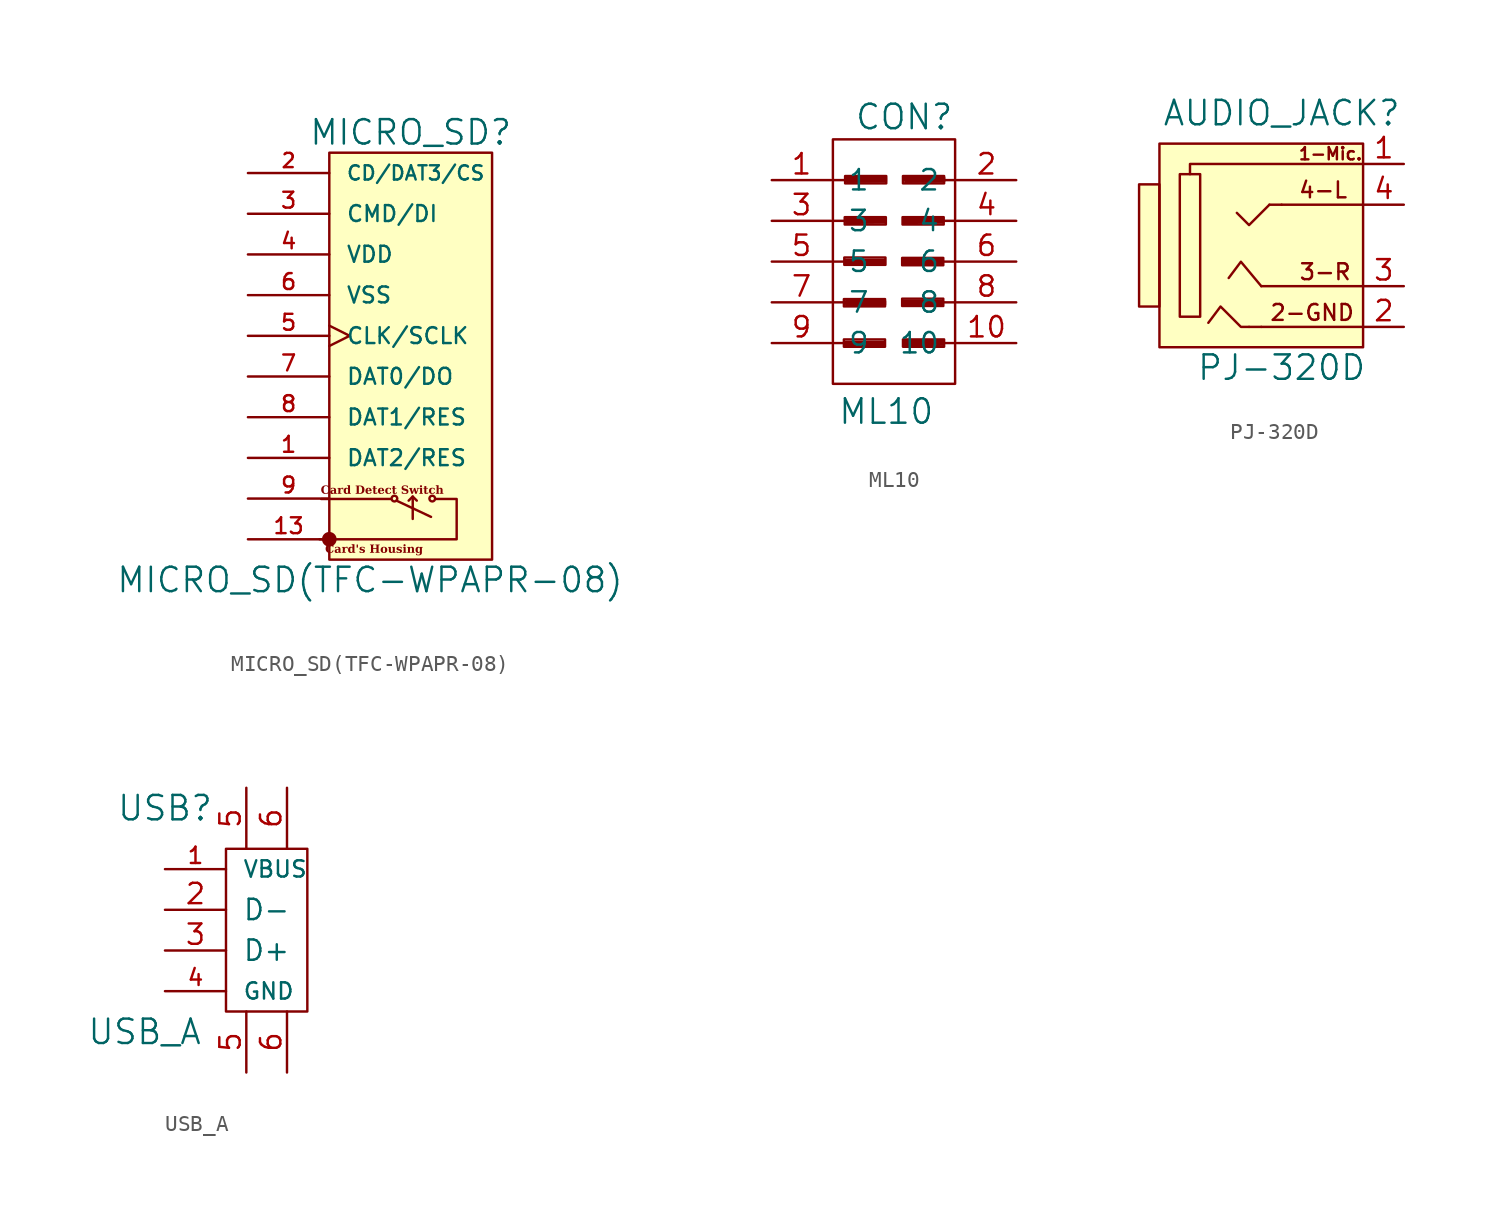
<source format=kicad_sym>
(kicad_symbol_lib
  (version 20220914)
  (generator kicad_symbol_editor)
  (symbol "MICRO_SD(TFC-WPAPR-08)"
    (pin_names
      (offset 1.016))
    (property "Reference" "MICRO_SD"
      (at 2.54 15.24 0)
      (effects (font (size 1.524 1.524))))
    (property "Value" "MICRO_SD(TFC-WPAPR-08)"
      (at 0 -12.7 0)
      (effects (font (size 1.524 1.524))))
    (symbol "MICRO_SD(TFC-WPAPR-08)_0_0"
      (rectangle (start -2.54 13.97) (end 7.62 -11.43) (stroke (width 0) (type solid)) (fill (type background)))
      (polyline (pts (xy 2.667 -7.62) (xy 2.667 -8.89)) (stroke (width 0) (type solid)) (fill (type none)))
      (polyline (pts (xy 2.667 -7.493) (xy 2.413 -7.747)) (stroke (width 0) (type solid)) (fill (type none)))
      (polyline (pts (xy 2.667 -7.493) (xy 2.921 -7.747)) (stroke (width 0) (type solid)) (fill (type none))))
    (symbol "MICRO_SD(TFC-WPAPR-08)_0_1"
      (polyline (pts (xy -3.048 -7.645) (xy 1.295 -7.645)) (stroke (width 0) (type solid)) (fill (type none)))
      (polyline (pts (xy 1.651 -7.747) (xy 3.81 -8.763)) (stroke (width 0) (type solid)) (fill (type none)))
      (polyline (pts (xy -3.15 -10.16) (xy 5.41 -10.16) (xy 5.41 -7.645) (xy 4.14 -7.645)) (stroke (width 0) (type solid)) (fill (type none)))
      (circle (center 1.524 -7.62) (radius 0.178) (stroke (width 0) (type solid)) (fill (type none)))
      (circle (center 3.886 -7.62) (radius 0.178) (stroke (width 0) (type solid)) (fill (type none))))
    (symbol "MICRO_SD(TFC-WPAPR-08)_1_1"
      (circle (center -2.54 -10.16) (radius 0.381) (stroke (width 0) (type default)) (fill (type outline)))
      (text "Card Detect Switch" (at 0.762 -7.112 0) (effects (font (face "Liberation Serif") (size 0.508 0.508) bold italic)))
      (text "Card's Housing" (at 0.254 -10.795 0) (effects (font (face "Liberation Serif") (size 0.508 0.508) bold italic)))
      (pin bidirectional line (at -7.62 -5.08 0) (length 5.08) (name "DAT2/RES" (effects (font (size 0.991 0.991)))) (number "1" (effects (font (size 0.991 0.991)))))
      (pin passive line (at -7.62 -10.16 0) (length 5.08) hide (name "~" (effects (font (size 0.991 0.991)))) (number "10" (effects (font (size 0.991 0.991)))))
      (pin passive line (at -7.62 -10.16 0) (length 5.08) hide (name "~" (effects (font (size 0.991 0.991)))) (number "11" (effects (font (size 0.991 0.991)))))
      (pin passive line (at -7.62 -10.16 0) (length 5.08) hide (name "~" (effects (font (size 0.991 0.991)))) (number "12" (effects (font (size 0.991 0.991)))))
      (pin passive line (at -7.62 -10.16 0) (length 5.08) (name "~" (effects (font (size 0.991 0.991)))) (number "13" (effects (font (size 0.991 0.991)))))
      (pin bidirectional line (at -7.62 12.7 0) (length 5.08) (name "CD/DAT3/CS" (effects (font (size 0.889 0.889)))) (number "2" (effects (font (size 0.889 0.889)))))
      (pin input line (at -7.62 10.16 0) (length 5.08) (name "CMD/DI" (effects (font (size 0.991 0.991)))) (number "3" (effects (font (size 0.991 0.991)))))
      (pin power_in line (at -7.62 7.62 0) (length 5.08) (name "VDD" (effects (font (size 0.991 0.991)))) (number "4" (effects (font (size 0.991 0.991)))))
      (pin input clock (at -7.62 2.54 0) (length 5.08) (name "CLK/SCLK" (effects (font (size 0.991 0.991)))) (number "5" (effects (font (size 0.991 0.991)))))
      (pin power_in line (at -7.62 5.08 0) (length 5.08) (name "VSS" (effects (font (size 0.991 0.991)))) (number "6" (effects (font (size 0.991 0.991)))))
      (pin bidirectional line (at -7.62 0 0) (length 5.08) (name "DAT0/DO" (effects (font (size 0.991 0.991)))) (number "7" (effects (font (size 0.991 0.991)))))
      (pin bidirectional line (at -7.62 -2.54 0) (length 5.08) (name "DAT1/RES" (effects (font (size 0.991 0.991)))) (number "8" (effects (font (size 0.991 0.991)))))
      (pin passive line (at -7.62 -7.62 0) (length 5.08) (name "~" (effects (font (size 0.991 0.991)))) (number "9" (effects (font (size 0.991 0.991)))))))
  (symbol "ML10"
    (pin_names
      (offset 1.016))
    (property "Reference" "CON"
      (at 0.635 9.017 0)
      (effects (font (size 1.524 1.524))))
    (property "Value" "ML10"
      (at -0.483 -9.347 0)
      (effects (font (size 1.524 1.524))))
    (property "Footprint" ""
      (at -0.203 -1.194 0)
      (effects (font (size 1.524 1.524))))
    (property "Datasheet" ""
      (at -0.203 -1.194 0)
      (effects (font (size 1.524 1.524))))
    (symbol "ML10_0_0"
      (rectangle (start -3.124 -4.851) (end -0.559 -5.309) (stroke (width 0) (type solid)) (fill (type none)))
      (rectangle (start -3.124 -2.337) (end -0.559 -2.794) (stroke (width 0) (type solid)) (fill (type none)))
      (rectangle (start -3.099 0.254) (end -0.533 -0.203) (stroke (width 0) (type solid)) (fill (type none)))
      (rectangle (start -3.073 2.769) (end -0.508 2.311) (stroke (width 0) (type solid)) (fill (type none)))
      (rectangle (start -3.048 5.334) (end -0.483 4.877) (stroke (width 0) (type solid)) (fill (type none)))
      (polyline (pts (xy -3.023 -5.004) (xy -0.584 -5.004) (xy -0.584 -5.232) (xy -2.997 -5.258) (xy -3.023 -5.08) (xy -0.711 -5.08) (xy -0.711 -5.156) (xy -2.997 -5.105)) (stroke (width 0) (type solid)) (fill (type none)))
      (polyline (pts (xy -3.023 0.102) (xy -0.584 0.102) (xy -0.584 -0.127) (xy -2.997 -0.152) (xy -3.023 0.025) (xy -0.711 0.025) (xy -0.711 -0.051) (xy -2.997 0)) (stroke (width 0) (type solid)) (fill (type none)))
      (polyline (pts (xy -2.997 -2.464) (xy -0.559 -2.464) (xy -0.559 -2.692) (xy -2.972 -2.718) (xy -2.997 -2.54) (xy -0.686 -2.54) (xy -0.686 -2.616) (xy -2.972 -2.565)) (stroke (width 0) (type solid)) (fill (type none)))
      (polyline (pts (xy -2.972 2.667) (xy -0.533 2.667) (xy -0.533 2.438) (xy -2.946 2.413) (xy -2.972 2.591) (xy -0.66 2.591) (xy -0.66 2.515) (xy -2.946 2.565)) (stroke (width 0) (type solid)) (fill (type none)))
      (polyline (pts (xy -2.946 5.232) (xy -0.508 5.232) (xy -0.508 5.004) (xy -2.921 4.978) (xy -2.946 5.156) (xy -0.635 5.156) (xy -0.635 5.08) (xy -2.921 5.131)) (stroke (width 0) (type solid)) (fill (type none)))
      (polyline (pts (xy 0.559 0.102) (xy 2.997 0.102) (xy 2.997 -0.127) (xy 0.584 -0.152) (xy 0.559 0.025) (xy 2.87 0.025) (xy 2.87 -0.051) (xy 0.584 0)) (stroke (width 0) (type solid)) (fill (type none)))
      (polyline (pts (xy 0.584 -2.438) (xy 3.023 -2.438) (xy 3.023 -2.667) (xy 0.61 -2.692) (xy 0.584 -2.515) (xy 2.896 -2.515) (xy 2.896 -2.591) (xy 0.61 -2.54)) (stroke (width 0) (type solid)) (fill (type none)))
      (polyline (pts (xy 0.584 2.667) (xy 3.023 2.667) (xy 3.023 2.438) (xy 0.61 2.413) (xy 0.584 2.591) (xy 2.896 2.591) (xy 2.896 2.515) (xy 0.61 2.565)) (stroke (width 0) (type solid)) (fill (type none)))
      (polyline (pts (xy 0.635 -4.953) (xy 3.073 -4.953) (xy 3.073 -5.182) (xy 0.66 -5.207) (xy 0.635 -5.029) (xy 2.946 -5.029) (xy 2.946 -5.105) (xy 0.66 -5.055)) (stroke (width 0) (type solid)) (fill (type none)))
      (polyline (pts (xy 0.686 5.232) (xy 3.124 5.232) (xy 3.124 5.004) (xy 0.711 4.978) (xy 0.686 5.156) (xy 2.997 5.156) (xy 2.997 5.08) (xy 0.711 5.131)) (stroke (width 0) (type solid)) (fill (type none)))
      (rectangle (start 0.508 -2.311) (end 3.073 -2.769) (stroke (width 0) (type solid)) (fill (type none)))
      (rectangle (start 0.508 0.229) (end 3.073 -0.229) (stroke (width 0) (type solid)) (fill (type none)))
      (rectangle (start 0.533 2.769) (end 3.099 2.311) (stroke (width 0) (type solid)) (fill (type none)))
      (rectangle (start 0.559 -4.851) (end 3.124 -5.309) (stroke (width 0) (type solid)) (fill (type none)))
      (rectangle (start 0.559 5.334) (end 3.124 4.877) (stroke (width 0) (type solid)) (fill (type none))))
    (symbol "ML10_0_1"
      (rectangle (start -3.81 7.62) (end 3.81 -7.62) (stroke (width 0) (type solid)) (fill (type none)))
      (polyline (pts (xy -3.81 -5.08) (xy -3.048 -5.08)) (stroke (width 0) (type solid)) (fill (type none)))
      (polyline (pts (xy -3.81 -2.54) (xy -3.048 -2.54)) (stroke (width 0) (type solid)) (fill (type none)))
      (polyline (pts (xy -3.81 0) (xy -3.048 0)) (stroke (width 0) (type solid)) (fill (type none)))
      (polyline (pts (xy -3.81 2.54) (xy -3.048 2.54)) (stroke (width 0) (type solid)) (fill (type none)))
      (polyline (pts (xy -3.81 5.08) (xy -3.048 5.08)) (stroke (width 0) (type solid)) (fill (type none)))
      (polyline (pts (xy 3.81 -5.08) (xy 3.048 -5.08)) (stroke (width 0) (type solid)) (fill (type none)))
      (polyline (pts (xy 3.81 -2.54) (xy 3.048 -2.54)) (stroke (width 0) (type solid)) (fill (type none)))
      (polyline (pts (xy 3.81 0) (xy 3.048 0)) (stroke (width 0) (type solid)) (fill (type none)))
      (polyline (pts (xy 3.81 2.54) (xy 3.048 2.54)) (stroke (width 0) (type solid)) (fill (type none)))
      (polyline (pts (xy 3.81 5.08) (xy 3.048 5.08)) (stroke (width 0) (type solid)) (fill (type none))))
    (symbol "ML10_1_1"
      (pin passive line (at -7.62 5.08 0) (length 3.708) (name "1" (effects (font (size 1.27 1.27)))) (number "1" (effects (font (size 1.27 1.27)))))
      (pin passive line (at 7.62 -5.08 180) (length 3.708) (name "10" (effects (font (size 1.27 1.27)))) (number "10" (effects (font (size 1.27 1.27)))))
      (pin passive line (at 7.62 5.08 180) (length 3.708) (name "2" (effects (font (size 1.27 1.27)))) (number "2" (effects (font (size 1.27 1.27)))))
      (pin passive line (at -7.62 2.54 0) (length 3.708) (name "3" (effects (font (size 1.27 1.27)))) (number "3" (effects (font (size 1.27 1.27)))))
      (pin passive line (at 7.62 2.54 180) (length 3.708) (name "4" (effects (font (size 1.27 1.27)))) (number "4" (effects (font (size 1.27 1.27)))))
      (pin passive line (at -7.62 0 0) (length 3.708) (name "5" (effects (font (size 1.27 1.27)))) (number "5" (effects (font (size 1.27 1.27)))))
      (pin passive line (at 7.62 0 180) (length 3.708) (name "6" (effects (font (size 1.27 1.27)))) (number "6" (effects (font (size 1.27 1.27)))))
      (pin passive line (at -7.62 -2.54 0) (length 3.708) (name "7" (effects (font (size 1.27 1.27)))) (number "7" (effects (font (size 1.27 1.27)))))
      (pin passive line (at 7.62 -2.54 180) (length 3.708) (name "8" (effects (font (size 1.27 1.27)))) (number "8" (effects (font (size 1.27 1.27)))))
      (pin passive line (at -7.62 -5.08 0) (length 3.708) (name "9" (effects (font (size 1.27 1.27)))) (number "9" (effects (font (size 1.27 1.27)))))))
  (symbol "PJ-320D"
    (pin_names
      (offset 1.016))
    (property "Reference" "AUDIO_JACK"
      (at 0 8.255 0)
      (effects (font (size 1.524 1.524))))
    (property "Value" "PJ-320D"
      (at 0 -7.62 0)
      (effects (font (size 1.524 1.524))))
    (symbol "PJ-320D_0_1"
      (rectangle (start -6.35 -4.445) (end -5.08 4.445) (stroke (width 0) (type solid)) (fill (type none)))
      (polyline (pts (xy -1.27 -5.08) (xy -2.032 -5.08)) (stroke (width 0) (type solid)) (fill (type none)))
      (polyline (pts (xy 0 2.54) (xy -0.762 2.54)) (stroke (width 0) (type solid)) (fill (type none)))
      (polyline (pts (xy 5.08 -5.08) (xy -1.27 -5.08)) (stroke (width 0) (type solid)) (fill (type none)))
      (polyline (pts (xy 5.08 -2.54) (xy -1.27 -2.54)) (stroke (width 0) (type solid)) (fill (type none)))
      (polyline (pts (xy 5.08 2.54) (xy 0 2.54)) (stroke (width 0) (type solid)) (fill (type none)))
      (polyline (pts (xy -1.27 -2.54) (xy -2.54 -1.016) (xy -3.302 -2.032)) (stroke (width 0) (type solid)) (fill (type none)))
      (polyline (pts (xy -0.762 2.54) (xy -2.032 1.27) (xy -2.794 2.032)) (stroke (width 0) (type solid)) (fill (type none)))
      (polyline (pts (xy 5.08 5.08) (xy -5.715 5.08) (xy -5.715 4.445)) (stroke (width 0) (type solid)) (fill (type none)))
      (polyline (pts (xy -2.032 -5.08) (xy -2.54 -5.08) (xy -3.81 -3.81) (xy -4.572 -4.826)) (stroke (width 0) (type solid)) (fill (type none))))
    (symbol "PJ-320D_1_0"
      (text "1-Mic." (at 3.048 5.715 0) (effects (font (size 0.762 0.762))))
      (text "2-GND" (at 1.905 -4.191 0) (effects (font (size 0.991 0.991))))
      (text "3-R" (at 2.718 -1.651 0) (effects (font (size 0.991 0.991))))
      (text "4-L" (at 2.591 3.454 0) (effects (font (size 0.991 0.991)))))
    (symbol "PJ-320D_1_1"
      (rectangle (start -8.89 3.81) (end -7.62 -3.81) (stroke (width 0) (type solid)) (fill (type background)))
      (rectangle (start -7.62 6.35) (end 5.08 -6.35) (stroke (width 0) (type solid)) (fill (type background)))
      (pin bidirectional line (at 7.62 5.08 180) (length 2.489) (name "~" (effects (font (size 1.27 1.27)))) (number "1" (effects (font (size 1.27 1.27)))))
      (pin power_in line (at 7.62 -5.08 180) (length 2.489) (name "~" (effects (font (size 1.27 1.27)))) (number "2" (effects (font (size 1.27 1.27)))))
      (pin bidirectional line (at 7.62 -2.54 180) (length 2.489) (name "~" (effects (font (size 1.27 1.27)))) (number "3" (effects (font (size 1.27 1.27)))))
      (pin bidirectional line (at 7.62 2.54 180) (length 2.489) (name "~" (effects (font (size 1.27 1.27)))) (number "4" (effects (font (size 1.27 1.27)))))))
  (symbol "USB_A"
    (pin_names
      (offset 1.016))
    (property "Reference" "USB"
      (at -5.08 6.35 0)
      (effects (font (size 1.524 1.524))))
    (property "Value" "USB_A"
      (at -6.35 -7.62 0)
      (effects (font (size 1.524 1.524))))
    (property "Footprint" ""
      (at 0.864 0.33 0)
      (effects (font (size 1.524 1.524))))
    (property "Datasheet" ""
      (at 0.864 0.33 0)
      (effects (font (size 1.524 1.524))))
    (symbol "USB_A_0_1"
      (rectangle (start 3.81 3.81) (end -1.27 -6.35) (stroke (width 0) (type solid)) (fill (type none))))
    (symbol "USB_A_1_1"
      (pin input line (at -5.08 2.54 0) (length 3.81) (name "VBUS" (effects (font (size 1.016 1.016)))) (number "1" (effects (font (size 1.016 1.016)))))
      (pin bidirectional line (at -5.08 0 0) (length 3.81) (name "D-" (effects (font (size 1.27 1.27)))) (number "2" (effects (font (size 1.27 1.27)))))
      (pin bidirectional line (at -5.08 -2.54 0) (length 3.81) (name "D+" (effects (font (size 1.27 1.27)))) (number "3" (effects (font (size 1.27 1.27)))))
      (pin power_in line (at -5.08 -5.08 0) (length 3.81) (name "GND" (effects (font (size 1.016 1.016)))) (number "4" (effects (font (size 1.016 1.016)))))
      (pin passive line (at 0 -10.16 90) (length 3.81) (name "~" (effects (font (size 1.27 1.27)))) (number "5" (effects (font (size 1.27 1.27)))))
      (pin passive line (at 0 7.62 270) (length 3.81) (name "~" (effects (font (size 1.27 1.27)))) (number "5" (effects (font (size 1.27 1.27)))))
      (pin passive line (at 2.54 -10.16 90) (length 3.81) (name "~" (effects (font (size 1.27 1.27)))) (number "6" (effects (font (size 1.27 1.27)))))
      (pin passive line (at 2.54 7.62 270) (length 3.81) (name "~" (effects (font (size 1.27 1.27)))) (number "6" (effects (font (size 1.27 1.27))))))))
</source>
